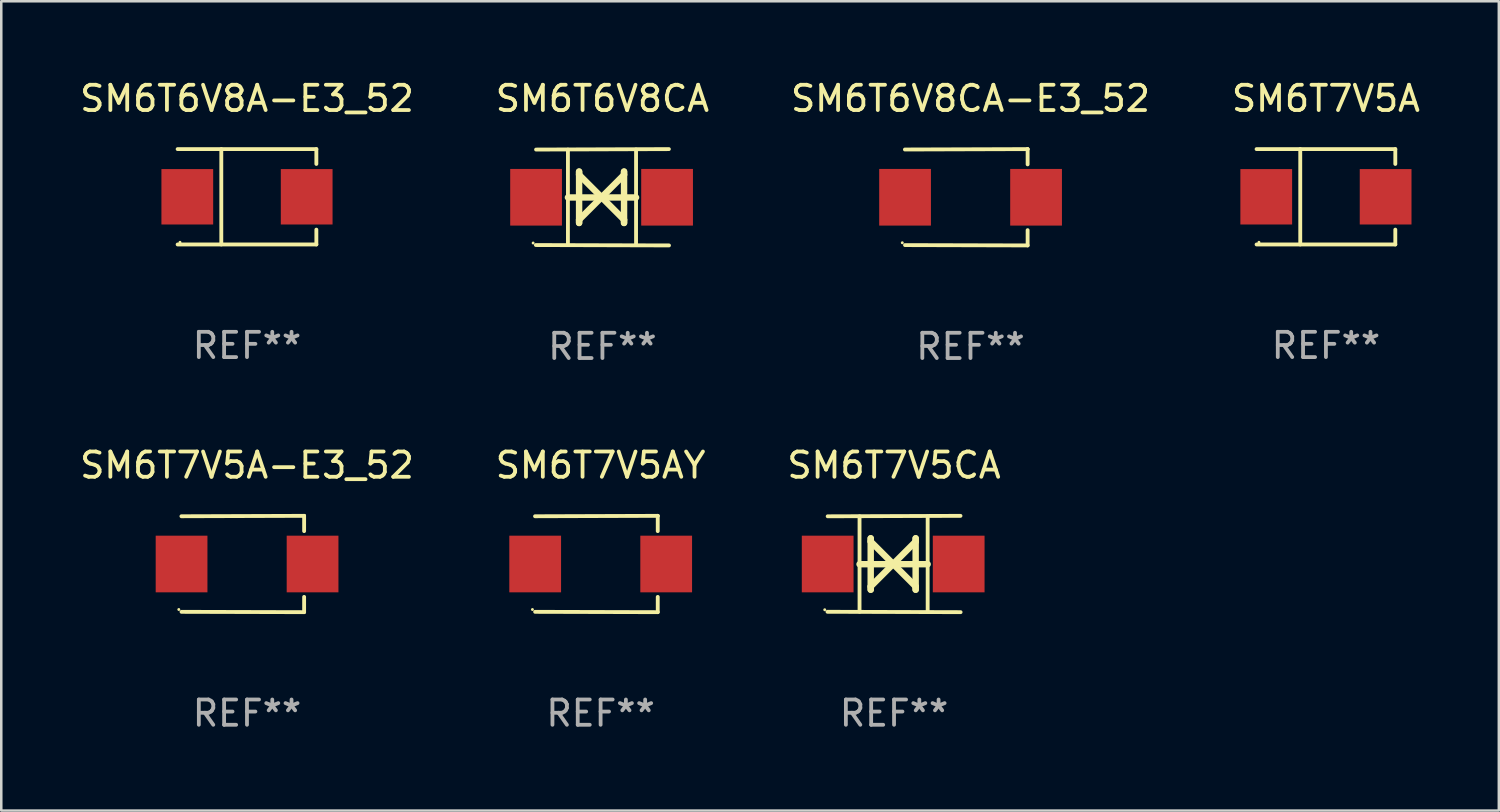
<source format=kicad_pcb>
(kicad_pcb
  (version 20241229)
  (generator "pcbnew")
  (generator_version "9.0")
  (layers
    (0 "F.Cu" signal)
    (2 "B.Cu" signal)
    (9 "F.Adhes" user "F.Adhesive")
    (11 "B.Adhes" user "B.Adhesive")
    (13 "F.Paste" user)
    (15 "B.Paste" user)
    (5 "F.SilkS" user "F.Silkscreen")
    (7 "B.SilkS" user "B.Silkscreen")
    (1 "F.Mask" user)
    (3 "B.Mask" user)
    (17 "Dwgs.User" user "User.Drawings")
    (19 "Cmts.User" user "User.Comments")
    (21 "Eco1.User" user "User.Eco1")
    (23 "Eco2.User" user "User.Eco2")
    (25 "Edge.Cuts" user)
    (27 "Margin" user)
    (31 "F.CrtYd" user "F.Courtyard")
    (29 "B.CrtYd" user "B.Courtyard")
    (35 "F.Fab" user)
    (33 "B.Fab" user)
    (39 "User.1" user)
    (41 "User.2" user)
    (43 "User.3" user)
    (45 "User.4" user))
  (footprint "SM6T7V5A-E3_52"
    (layer "F.Cu")
    (at 6.72 19.26)
    (property "Reference" "SM6T7V5A-E3_52" (at 0 -3.905 0) (layer "F.SilkS") (effects (font (size 1 1) (thickness 0.15))))
    (attr through_hole)
    (fp_line (start 2.256 -1.905) (end -2.594 -1.889) (stroke (width 0.152) (type solid)) (layer "F.SilkS"))
    (fp_line (start 2.256 -1.905) (end 2.26 -1.905) (stroke (width 0.152) (type solid)) (layer "F.SilkS"))
    (fp_line (start 2.26 -1.905) (end 2.26 -1.301) (stroke (width 0.152) (type solid)) (layer "F.SilkS"))
    (fp_line (start 2.26 1.301) (end 2.26 1.905) (stroke (width 0.152) (type solid)) (layer "F.SilkS"))
    (fp_line (start 2.26 1.905) (end -2.59 1.892) (stroke (width 0.152) (type solid)) (layer "F.SilkS"))
    (fp_circle (center -2.697 1.8) (end -2.667 1.8) (stroke (width 0.06) (type solid)) (fill no) (layer "F.SilkS"))
    (fp_text user "REF**" (at 0 5.905 0) (layer "F.Fab") (effects (font (size 1 1) (thickness 0.15))))
    (pad "1" smd rect (at -2.588 0) (size 2.047 2.241) (layers "F.Cu" "F.Mask" "F.Paste"))
    (pad "2" smd rect (at 2.594 0) (size 2.047 2.241) (layers "F.Cu" "F.Mask" "F.Paste")))
  (footprint "SM6T7V5CA"
    (layer "F.Cu")
    (at 32.315 19.26)
    (property "Reference" "SM6T7V5CA" (at 0 -3.905 0) (layer "F.SilkS") (effects (font (size 1 1) (thickness 0.15))))
    (attr through_hole)
    (fp_line (start -1.365 1.886) (end -1.365 -1.886) (stroke (width 0.152) (type solid)) (layer "F.SilkS"))
    (fp_line (start -1.365 0.008) (end 1.33 0.008) (stroke (width 0.254) (type solid)) (layer "F.SilkS"))
    (fp_line (start -0.923 -1.016) (end -0.923 1.016) (stroke (width 0.254) (type solid)) (layer "F.SilkS"))
    (fp_line (start -0.923 -0.889) (end -0.923 -1.016) (stroke (width 0.254) (type solid)) (layer "F.SilkS"))
    (fp_line (start -0.923 0.889) (end -0.034 0) (stroke (width 0.254) (type solid)) (layer "F.SilkS"))
    (fp_line (start -0.923 1.016) (end -0.923 0.889) (stroke (width 0.254) (type solid)) (layer "F.SilkS"))
    (fp_line (start -0.034 0) (end -0.923 -0.889) (stroke (width 0.254) (type solid)) (layer "F.SilkS"))
    (fp_line (start -0.034 0) (end 0.855 0.889) (stroke (width 0.254) (type solid)) (layer "F.SilkS"))
    (fp_line (start 0.855 -1.016) (end 0.855 -0.889) (stroke (width 0.254) (type solid)) (layer "F.SilkS"))
    (fp_line (start 0.855 -0.889) (end -0.034 0) (stroke (width 0.254) (type solid)) (layer "F.SilkS"))
    (fp_line (start 0.855 0.889) (end 0.855 1.016) (stroke (width 0.254) (type solid)) (layer "F.SilkS"))
    (fp_line (start 0.855 1.016) (end 0.855 -1.016) (stroke (width 0.254) (type solid)) (layer "F.SilkS"))
    (fp_line (start 1.33 1.886) (end 1.33 -1.886) (stroke (width 0.152) (type solid)) (layer "F.SilkS"))
    (fp_line (start 2.629 -1.905) (end -2.625 -1.887) (stroke (width 0.152) (type solid)) (layer "F.SilkS"))
    (fp_line (start 2.633 1.905) (end -2.633 1.89) (stroke (width 0.152) (type solid)) (layer "F.SilkS"))
    (fp_circle (center -2.741 1.81) (end -2.711 1.81) (stroke (width 0.06) (type solid)) (fill no) (layer "F.SilkS"))
    (fp_text user "REF**" (at 0 5.905 0) (layer "F.Fab") (effects (font (size 1 1) (thickness 0.15))))
    (pad "1" smd rect (at -2.625 0) (size 2.047 2.241) (layers "F.Cu" "F.Mask" "F.Paste"))
    (pad "2" smd rect (at 2.557 0) (size 2.047 2.241) (layers "F.Cu" "F.Mask" "F.Paste")))
  (footprint "SM6T6V8A-E3_52"
    (layer "F.Cu")
    (at 6.72 4.734)
    (property "Reference" "SM6T6V8A-E3_52" (at 0 -3.886 0) (layer "F.SilkS") (effects (font (size 1 1) (thickness 0.15))))
    (attr through_hole)
    (fp_line (start -2.744 -1.886) (end 2.744 -1.886) (stroke (width 0.152) (type solid)) (layer "F.SilkS"))
    (fp_line (start -2.744 1.886) (end 2.744 1.886) (stroke (width 0.152) (type solid)) (layer "F.SilkS"))
    (fp_line (start -1.016 -1.886) (end -1.016 1.886) (stroke (width 0.152) (type solid)) (layer "F.SilkS"))
    (fp_line (start 2.744 -1.886) (end 2.744 -1.299) (stroke (width 0.152) (type solid)) (layer "F.SilkS"))
    (fp_line (start 2.744 1.886) (end 2.744 1.299) (stroke (width 0.152) (type solid)) (layer "F.SilkS"))
    (fp_circle (center -2.65 1.8) (end -2.62 1.8) (stroke (width 0.06) (type solid)) (fill no) (layer "F.SilkS"))
    (fp_text user "REF**" (at 0 5.886 0) (layer "F.Fab") (effects (font (size 1 1) (thickness 0.15))))
    (pad "1" smd rect (at -2.361 0) (size 2.047 2.192) (layers "F.Cu" "F.Mask" "F.Paste"))
    (pad "2" smd rect (at 2.361 0) (size 2.047 2.192) (layers "F.Cu" "F.Mask" "F.Paste")))
  (footprint "SM6T6V8CA-E3_52"
    (layer "F.Cu")
    (at 35.339 4.753)
    (property "Reference" "SM6T6V8CA-E3_52" (at 0 -3.905 0) (layer "F.SilkS") (effects (font (size 1 1) (thickness 0.15))))
    (attr through_hole)
    (fp_line (start 2.256 -1.905) (end -2.594 -1.889) (stroke (width 0.152) (type solid)) (layer "F.SilkS"))
    (fp_line (start 2.256 -1.905) (end 2.26 -1.905) (stroke (width 0.152) (type solid)) (layer "F.SilkS"))
    (fp_line (start 2.26 -1.905) (end 2.26 -1.301) (stroke (width 0.152) (type solid)) (layer "F.SilkS"))
    (fp_line (start 2.26 1.301) (end 2.26 1.905) (stroke (width 0.152) (type solid)) (layer "F.SilkS"))
    (fp_line (start 2.26 1.905) (end -2.59 1.892) (stroke (width 0.152) (type solid)) (layer "F.SilkS"))
    (fp_circle (center -2.697 1.8) (end -2.667 1.8) (stroke (width 0.06) (type solid)) (fill no) (layer "F.SilkS"))
    (fp_text user "REF**" (at 0 5.905 0) (layer "F.Fab") (effects (font (size 1 1) (thickness 0.15))))
    (pad "1" smd rect (at -2.588 0) (size 2.047 2.241) (layers "F.Cu" "F.Mask" "F.Paste"))
    (pad "2" smd rect (at 2.594 0) (size 2.047 2.241) (layers "F.Cu" "F.Mask" "F.Paste")))
  (footprint "SM6T6V8CA"
    (layer "F.Cu")
    (at 20.78 4.753)
    (property "Reference" "SM6T6V8CA" (at 0 -3.905 0) (layer "F.SilkS") (effects (font (size 1 1) (thickness 0.15))))
    (attr through_hole)
    (fp_line (start -1.365 1.886) (end -1.365 -1.886) (stroke (width 0.152) (type solid)) (layer "F.SilkS"))
    (fp_line (start -1.365 0.008) (end 1.33 0.008) (stroke (width 0.254) (type solid)) (layer "F.SilkS"))
    (fp_line (start -0.923 -1.016) (end -0.923 1.016) (stroke (width 0.254) (type solid)) (layer "F.SilkS"))
    (fp_line (start -0.923 -0.889) (end -0.923 -1.016) (stroke (width 0.254) (type solid)) (layer "F.SilkS"))
    (fp_line (start -0.923 0.889) (end -0.034 0) (stroke (width 0.254) (type solid)) (layer "F.SilkS"))
    (fp_line (start -0.923 1.016) (end -0.923 0.889) (stroke (width 0.254) (type solid)) (layer "F.SilkS"))
    (fp_line (start -0.034 0) (end -0.923 -0.889) (stroke (width 0.254) (type solid)) (layer "F.SilkS"))
    (fp_line (start -0.034 0) (end 0.855 0.889) (stroke (width 0.254) (type solid)) (layer "F.SilkS"))
    (fp_line (start 0.855 -1.016) (end 0.855 -0.889) (stroke (width 0.254) (type solid)) (layer "F.SilkS"))
    (fp_line (start 0.855 -0.889) (end -0.034 0) (stroke (width 0.254) (type solid)) (layer "F.SilkS"))
    (fp_line (start 0.855 0.889) (end 0.855 1.016) (stroke (width 0.254) (type solid)) (layer "F.SilkS"))
    (fp_line (start 0.855 1.016) (end 0.855 -1.016) (stroke (width 0.254) (type solid)) (layer "F.SilkS"))
    (fp_line (start 1.33 1.886) (end 1.33 -1.886) (stroke (width 0.152) (type solid)) (layer "F.SilkS"))
    (fp_line (start 2.629 -1.905) (end -2.625 -1.887) (stroke (width 0.152) (type solid)) (layer "F.SilkS"))
    (fp_line (start 2.633 1.905) (end -2.633 1.89) (stroke (width 0.152) (type solid)) (layer "F.SilkS"))
    (fp_circle (center -2.741 1.81) (end -2.711 1.81) (stroke (width 0.06) (type solid)) (fill no) (layer "F.SilkS"))
    (fp_text user "REF**" (at 0 5.905 0) (layer "F.Fab") (effects (font (size 1 1) (thickness 0.15))))
    (pad "1" smd rect (at -2.625 0) (size 2.047 2.241) (layers "F.Cu" "F.Mask" "F.Paste"))
    (pad "2" smd rect (at 2.557 0) (size 2.047 2.241) (layers "F.Cu" "F.Mask" "F.Paste")))
  (footprint "SM6T7V5A"
    (layer "F.Cu")
    (at 49.399 4.734)
    (property "Reference" "SM6T7V5A" (at 0 -3.886 0) (layer "F.SilkS") (effects (font (size 1 1) (thickness 0.15))))
    (attr through_hole)
    (fp_line (start -2.744 -1.886) (end 2.744 -1.886) (stroke (width 0.152) (type solid)) (layer "F.SilkS"))
    (fp_line (start -2.744 1.886) (end 2.744 1.886) (stroke (width 0.152) (type solid)) (layer "F.SilkS"))
    (fp_line (start -1.016 -1.886) (end -1.016 1.886) (stroke (width 0.152) (type solid)) (layer "F.SilkS"))
    (fp_line (start 2.744 -1.886) (end 2.744 -1.299) (stroke (width 0.152) (type solid)) (layer "F.SilkS"))
    (fp_line (start 2.744 1.886) (end 2.744 1.299) (stroke (width 0.152) (type solid)) (layer "F.SilkS"))
    (fp_circle (center -2.65 1.8) (end -2.62 1.8) (stroke (width 0.06) (type solid)) (fill no) (layer "F.SilkS"))
    (fp_text user "REF**" (at 0 5.886 0) (layer "F.Fab") (effects (font (size 1 1) (thickness 0.15))))
    (pad "1" smd rect (at -2.361 0) (size 2.047 2.192) (layers "F.Cu" "F.Mask" "F.Paste"))
    (pad "2" smd rect (at 2.361 0) (size 2.047 2.192) (layers "F.Cu" "F.Mask" "F.Paste")))
  (footprint "SM6T7V5AY"
    (layer "F.Cu")
    (at 20.708 19.26)
    (property "Reference" "SM6T7V5AY" (at 0 -3.905 0) (layer "F.SilkS") (effects (font (size 1 1) (thickness 0.15))))
    (attr through_hole)
    (fp_line (start 2.256 -1.905) (end -2.594 -1.889) (stroke (width 0.152) (type solid)) (layer "F.SilkS"))
    (fp_line (start 2.256 -1.905) (end 2.26 -1.905) (stroke (width 0.152) (type solid)) (layer "F.SilkS"))
    (fp_line (start 2.26 -1.905) (end 2.26 -1.301) (stroke (width 0.152) (type solid)) (layer "F.SilkS"))
    (fp_line (start 2.26 1.301) (end 2.26 1.905) (stroke (width 0.152) (type solid)) (layer "F.SilkS"))
    (fp_line (start 2.26 1.905) (end -2.59 1.892) (stroke (width 0.152) (type solid)) (layer "F.SilkS"))
    (fp_circle (center -2.697 1.8) (end -2.667 1.8) (stroke (width 0.06) (type solid)) (fill no) (layer "F.SilkS"))
    (fp_text user "REF**" (at 0 5.905 0) (layer "F.Fab") (effects (font (size 1 1) (thickness 0.15))))
    (pad "1" smd rect (at -2.588 0) (size 2.047 2.241) (layers "F.Cu" "F.Mask" "F.Paste"))
    (pad "2" smd rect (at 2.594 0) (size 2.047 2.241) (layers "F.Cu" "F.Mask" "F.Paste")))
  (gr_rect
    (start -3 -3)
    (end 56.238 29.013)
    (stroke (width 0.1) (type default))
    (fill no)
    (layer "Edge.Cuts")))
</source>
